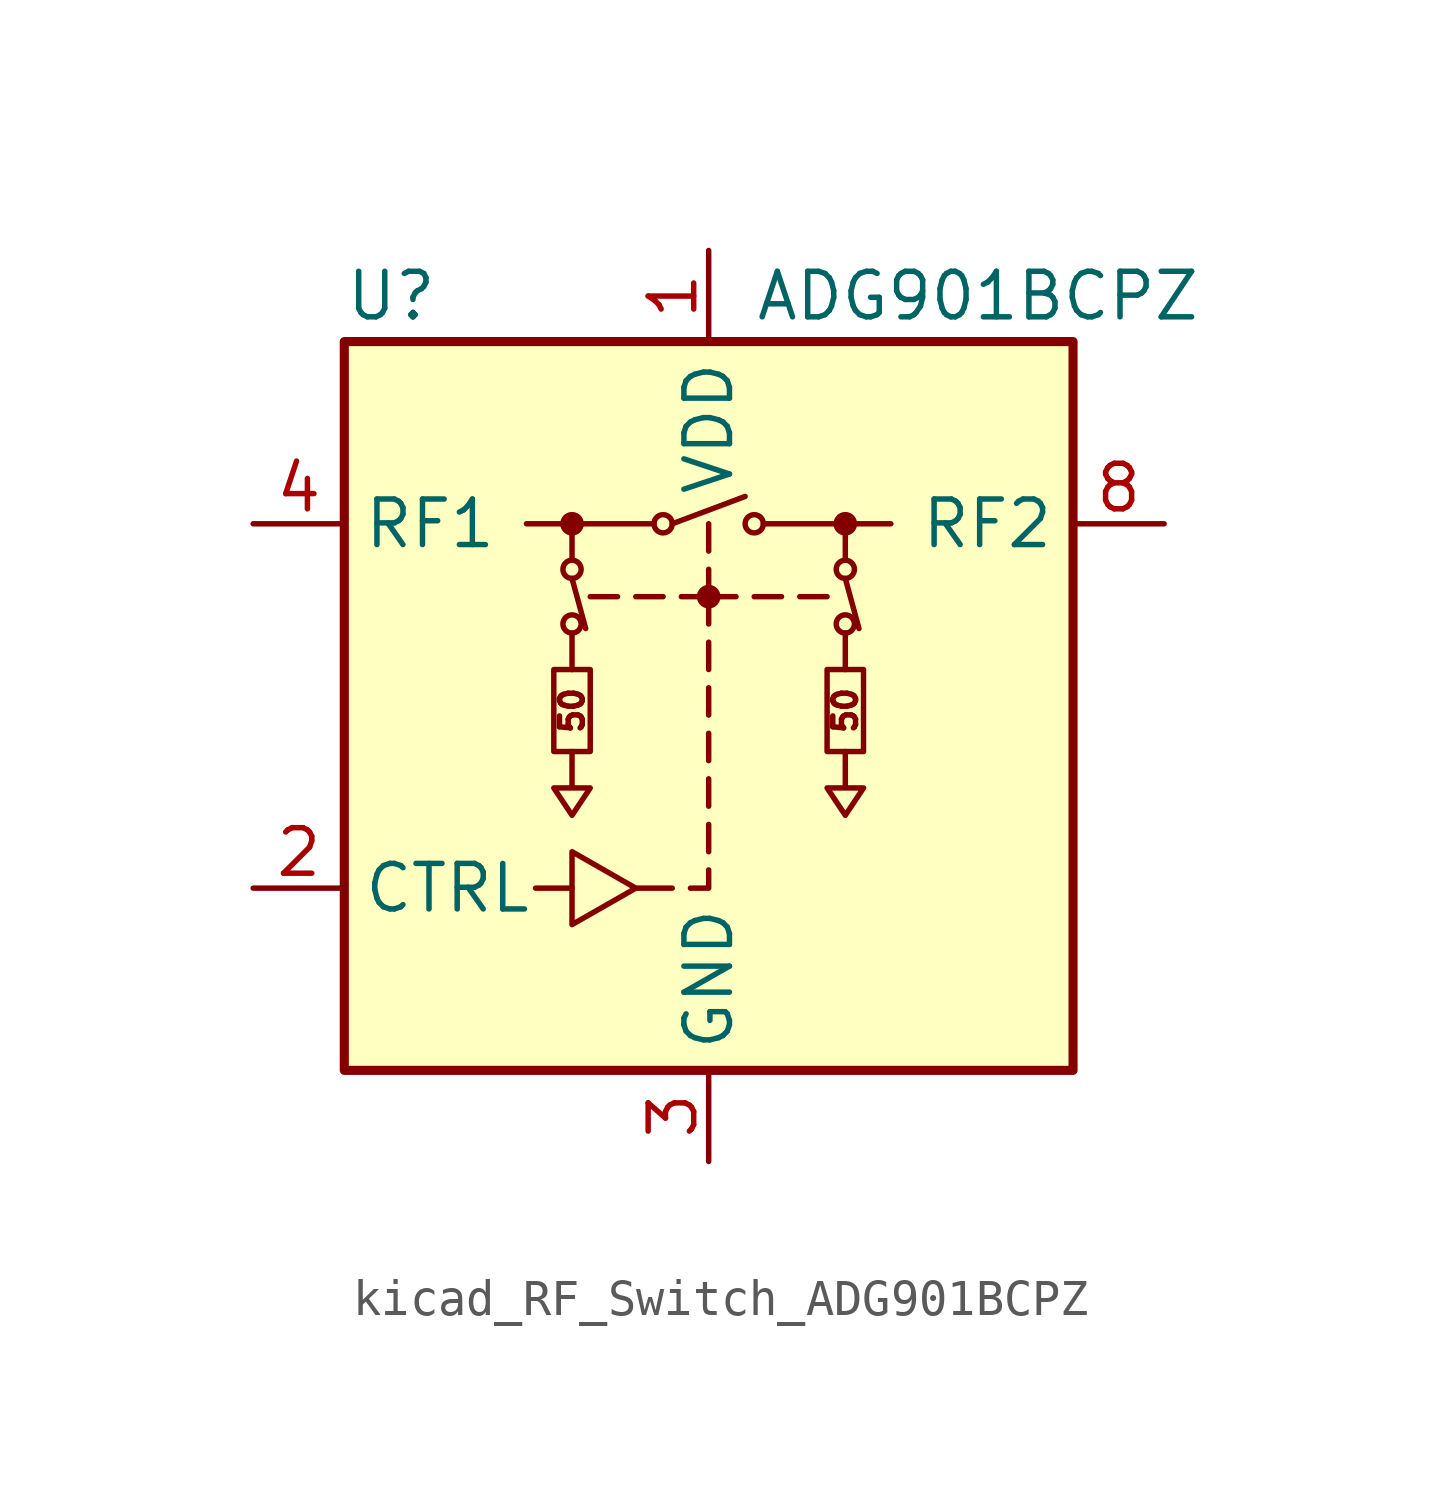
<source format=kicad_sym>
(kicad_symbol_lib
  (version 20220914)
  (generator kicad_symbol_editor)
  (symbol "kicad_RF_Switch_ADG901BCPZ"
    (property "Reference" "U"
      (at -10.16 11.43 0)
      (effects (font (size 1.27 1.27)) (justify left)))
    (property "Value" "ADG901BCPZ"
      (at 1.27 11.43 0)
      (effects (font (size 1.27 1.27)) (justify left)))
    (symbol "kicad_RF_Switch_ADG901BCPZ_0_0"
      (rectangle (start -10.16 10.16) (end 10.16 -10.16) (stroke (width 0.254) (type default)) (fill (type background)))
      (polyline (pts (xy -4.826 -5.08) (xy -3.81 -5.08)) (stroke (width 0) (type default)) (fill (type none)))
      (polyline (pts (xy -2.54 3.048) (xy -3.302 3.048)) (stroke (width 0) (type default)) (fill (type none)))
      (polyline (pts (xy -2.032 3.048) (xy -1.27 3.048)) (stroke (width 0) (type default)) (fill (type none)))
      (polyline (pts (xy -1.016 -5.08) (xy -2.032 -5.08)) (stroke (width 0) (type default)) (fill (type none)))
      (polyline (pts (xy 0 -3.302) (xy 0 -4.064)) (stroke (width 0) (type default)) (fill (type none)))
      (polyline (pts (xy 0 -2.032) (xy 0 -2.794)) (stroke (width 0) (type default)) (fill (type none)))
      (polyline (pts (xy 0 -0.762) (xy 0 -1.524)) (stroke (width 0) (type default)) (fill (type none)))
      (polyline (pts (xy 0 0.508) (xy 0 -0.254)) (stroke (width 0) (type default)) (fill (type none)))
      (polyline (pts (xy 0 1.778) (xy 0 1.016)) (stroke (width 0) (type default)) (fill (type none)))
      (polyline (pts (xy 0 3.048) (xy -0.762 3.048)) (stroke (width 0) (type default)) (fill (type none)))
      (polyline (pts (xy 0 3.048) (xy 0 2.286)) (stroke (width 0) (type default)) (fill (type none)))
      (polyline (pts (xy 0 3.048) (xy 0 3.81)) (stroke (width 0) (type default)) (fill (type none)))
      (polyline (pts (xy 0 3.048) (xy 0.762 3.048)) (stroke (width 0) (type default)) (fill (type none)))
      (polyline (pts (xy 0 4.318) (xy 0 5.08)) (stroke (width 0) (type default)) (fill (type none)))
      (polyline (pts (xy 1.27 3.048) (xy 2.032 3.048)) (stroke (width 0) (type default)) (fill (type none)))
      (polyline (pts (xy 2.54 3.048) (xy 3.302 3.048)) (stroke (width 0) (type default)) (fill (type none)))
      (polyline (pts (xy 0 -4.572) (xy 0 -5.08) (xy -0.508 -5.08)) (stroke (width 0) (type default)) (fill (type none)))
      (polyline (pts (xy -3.81 -4.064) (xy -3.81 -6.096) (xy -2.032 -5.08) (xy -3.81 -4.064)) (stroke (width 0) (type default)) (fill (type none)))
      (circle (center 0 3.048) (radius 0.254) (stroke (width 0) (type default)) (fill (type outline)))
      (text "50" (at -3.81 -0.127 900) (effects (font (size 0.635 0.635))))
      (text "50" (at 3.81 -0.127 900) (effects (font (size 0.635 0.635)))))
    (symbol "kicad_RF_Switch_ADG901BCPZ_0_1"
      (rectangle (start -4.318 1.016) (end -3.302 -1.27) (stroke (width 0) (type default)) (fill (type none)))
      (circle (center -3.81 2.286) (radius 0.254) (stroke (width 0) (type default)) (fill (type none)))
      (circle (center -3.81 3.81) (radius 0.254) (stroke (width 0) (type default)) (fill (type none)))
      (circle (center -3.81 5.08) (radius 0.254) (stroke (width 0) (type default)) (fill (type outline)))
      (circle (center -1.27 5.08) (radius 0.254) (stroke (width 0) (type default)) (fill (type none)))
      (polyline (pts (xy -5.08 5.08) (xy -1.524 5.08)) (stroke (width 0) (type default)) (fill (type none)))
      (polyline (pts (xy -3.81 2.032) (xy -3.81 1.016)) (stroke (width 0) (type default)) (fill (type none)))
      (polyline (pts (xy -3.81 3.556) (xy -3.429 2.159)) (stroke (width 0) (type default)) (fill (type none)))
      (polyline (pts (xy -3.81 5.08) (xy -3.81 4.064)) (stroke (width 0) (type default)) (fill (type none)))
      (polyline (pts (xy -1.016 5.08) (xy 1.016 5.842)) (stroke (width 0) (type default)) (fill (type none)))
      (polyline (pts (xy 1.524 5.08) (xy 5.08 5.08)) (stroke (width 0) (type default)) (fill (type none)))
      (polyline (pts (xy 3.81 2.032) (xy 3.81 1.016)) (stroke (width 0) (type default)) (fill (type none)))
      (polyline (pts (xy 3.81 3.556) (xy 4.191 2.159)) (stroke (width 0) (type default)) (fill (type none)))
      (polyline (pts (xy 3.81 5.08) (xy 3.81 4.064)) (stroke (width 0) (type default)) (fill (type none)))
      (polyline (pts (xy -3.81 -1.27) (xy -3.81 -2.286) (xy -4.318 -2.286) (xy -3.81 -3.048) (xy -3.302 -2.286) (xy -3.81 -2.286)) (stroke (width 0) (type default)) (fill (type none)))
      (polyline (pts (xy 3.81 -1.27) (xy 3.81 -2.286) (xy 3.302 -2.286) (xy 3.81 -3.048) (xy 4.318 -2.286) (xy 3.81 -2.286)) (stroke (width 0) (type default)) (fill (type none)))
      (circle (center 1.27 5.08) (radius 0.254) (stroke (width 0) (type default)) (fill (type none)))
      (rectangle (start 3.302 1.016) (end 4.318 -1.27) (stroke (width 0) (type default)) (fill (type none)))
      (circle (center 3.81 2.286) (radius 0.254) (stroke (width 0) (type default)) (fill (type none)))
      (circle (center 3.81 3.81) (radius 0.254) (stroke (width 0) (type default)) (fill (type none)))
      (circle (center 3.81 5.08) (radius 0.254) (stroke (width 0) (type default)) (fill (type outline))))
    (symbol "kicad_RF_Switch_ADG901BCPZ_1_1"
      (pin power_in line (at 0 12.7 270) (length 2.54) (name "VDD" (effects (font (size 1.27 1.27)))) (number "1" (effects (font (size 1.27 1.27)))))
      (pin input line (at -12.7 -5.08 0) (length 2.54) (name "CTRL" (effects (font (size 1.27 1.27)))) (number "2" (effects (font (size 1.27 1.27)))))
      (pin power_in line (at 0 -12.7 90) (length 2.54) (name "GND" (effects (font (size 1.27 1.27)))) (number "3" (effects (font (size 1.27 1.27)))))
      (pin passive line (at -12.7 5.08 0) (length 2.54) (name "RF1" (effects (font (size 1.27 1.27)))) (number "4" (effects (font (size 1.27 1.27)))))
      (pin passive line (at 0 -12.7 90) (length 2.54) hide (name "GND" (effects (font (size 1.27 1.27)))) (number "5" (effects (font (size 1.27 1.27)))))
      (pin passive line (at 0 -12.7 90) (length 2.54) hide (name "GND" (effects (font (size 1.27 1.27)))) (number "6" (effects (font (size 1.27 1.27)))))
      (pin passive line (at 0 -12.7 90) (length 2.54) hide (name "GND" (effects (font (size 1.27 1.27)))) (number "7" (effects (font (size 1.27 1.27)))))
      (pin passive line (at 12.7 5.08 180) (length 2.54) (name "RF2" (effects (font (size 1.27 1.27)))) (number "8" (effects (font (size 1.27 1.27)))))
      (pin passive line (at 0 -12.7 90) (length 2.54) hide (name "GND" (effects (font (size 1.27 1.27)))) (number "9" (effects (font (size 1.27 1.27))))))))
</source>
